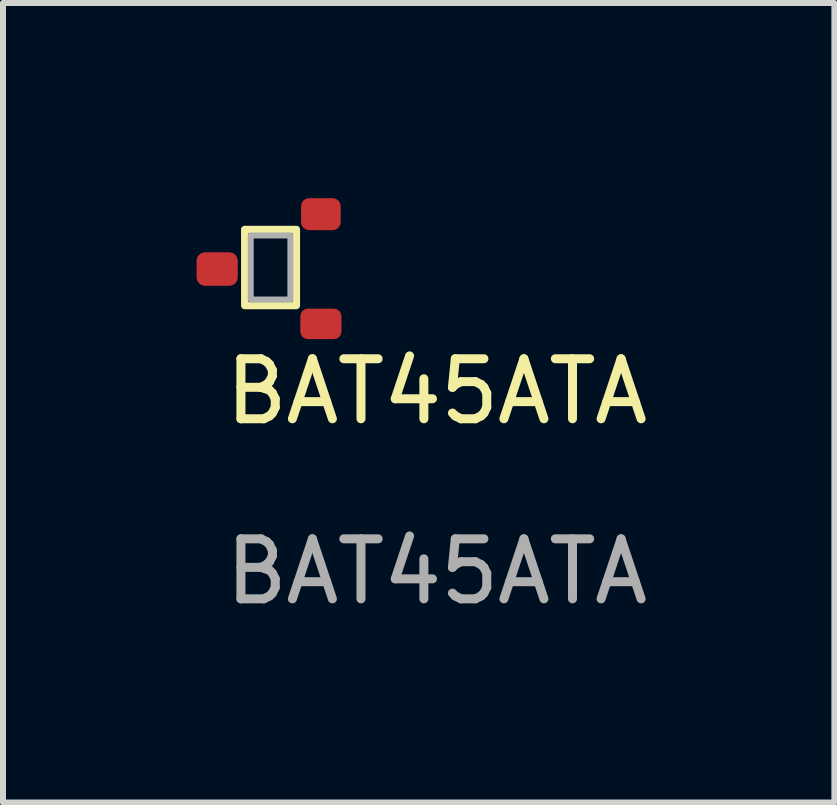
<source format=kicad_pcb>
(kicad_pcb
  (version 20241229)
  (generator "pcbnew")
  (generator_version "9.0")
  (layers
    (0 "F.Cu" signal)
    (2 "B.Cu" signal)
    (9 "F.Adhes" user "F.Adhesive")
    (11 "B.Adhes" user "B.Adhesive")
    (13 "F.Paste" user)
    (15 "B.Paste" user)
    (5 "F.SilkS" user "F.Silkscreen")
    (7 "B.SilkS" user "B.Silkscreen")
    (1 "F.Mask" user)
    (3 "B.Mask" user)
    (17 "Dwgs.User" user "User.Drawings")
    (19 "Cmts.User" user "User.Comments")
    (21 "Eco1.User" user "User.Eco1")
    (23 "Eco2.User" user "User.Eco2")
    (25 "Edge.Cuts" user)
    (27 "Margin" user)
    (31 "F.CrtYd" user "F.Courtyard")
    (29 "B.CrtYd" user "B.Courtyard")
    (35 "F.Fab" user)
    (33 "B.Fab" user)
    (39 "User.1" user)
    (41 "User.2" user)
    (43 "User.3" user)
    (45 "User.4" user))
  (footprint "BAT45ATA"
    (layer "F.Cu")
    (at 1.686 1.432)
    (property "Reference" "BAT45ATA" (at 2.54 2.04 0) (unlocked yes) (layer "F.SilkS") (effects (font (size 1 1) (thickness 0.15))))
    (attr smd)
    (fp_rect (start -0.66 -0.66) (end 0.203 0.61) (stroke (width 0.12) (type solid)) (fill no) (layer "F.SilkS"))
    (fp_rect (start -1.626 -1.372) (end 1.27 1.321) (stroke (width 0.12) (type solid)) (fill no) (layer "Margin"))
    (fp_rect (start -0.559 -0.559) (end 0.102 0.508) (stroke (width 0.1) (type solid)) (fill no) (layer "F.Fab"))
    (fp_text user "${REFERENCE}" (at 2.54 5.04 0) (unlocked yes) (layer "F.Fab") (effects (font (size 1 1) (thickness 0.15))))
    (pad "1" smd roundrect (at -1.118 0) (size 0.686 0.559) (layers "F.Cu" "F.Mask" "F.Paste") (roundrect_rratio 0.25))
    (pad "2" smd roundrect (at 0.61 -0.914) (size 0.66 0.533) (layers "F.Cu" "F.Mask" "F.Paste") (roundrect_rratio 0.25))
    (pad "3" smd roundrect (at 0.61 0.914) (size 0.686 0.508) (layers "F.Cu" "F.Mask" "F.Paste") (roundrect_rratio 0.25)))
  (gr_rect
    (start -3 -3)
    (end 10.851 10.32)
    (stroke (width 0.1) (type default))
    (fill no)
    (layer "Edge.Cuts")))
</source>
